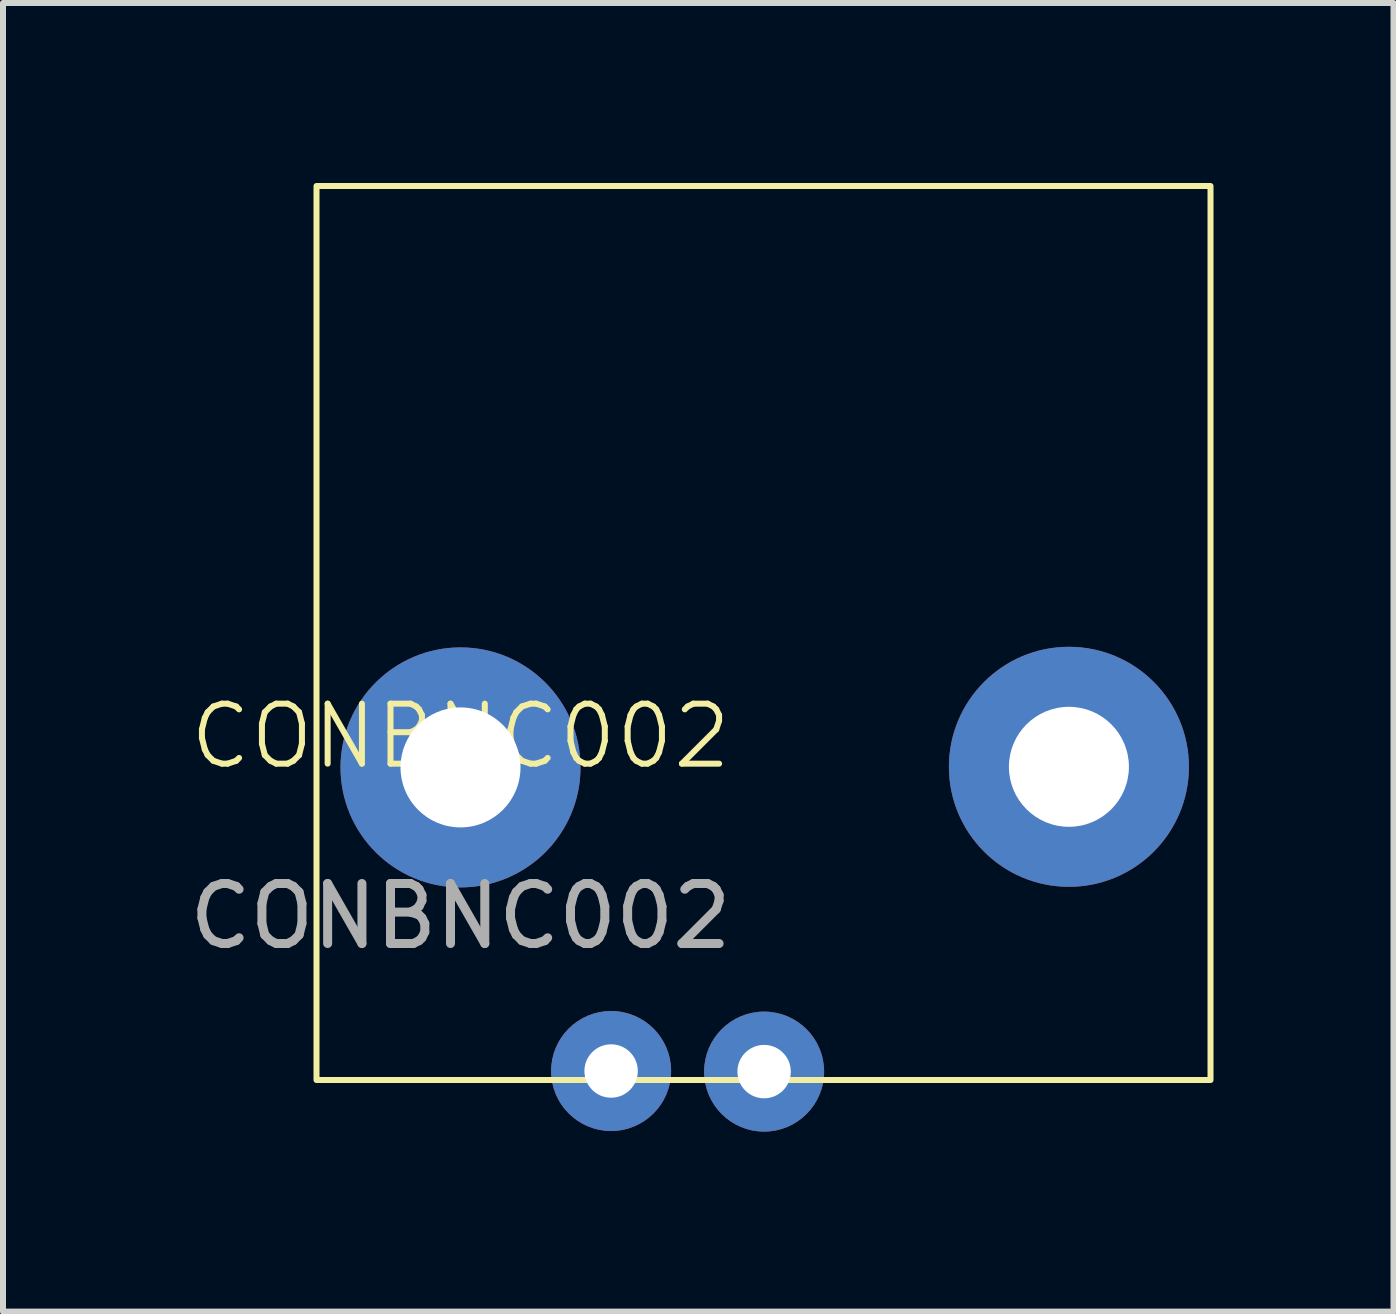
<source format=kicad_pcb>
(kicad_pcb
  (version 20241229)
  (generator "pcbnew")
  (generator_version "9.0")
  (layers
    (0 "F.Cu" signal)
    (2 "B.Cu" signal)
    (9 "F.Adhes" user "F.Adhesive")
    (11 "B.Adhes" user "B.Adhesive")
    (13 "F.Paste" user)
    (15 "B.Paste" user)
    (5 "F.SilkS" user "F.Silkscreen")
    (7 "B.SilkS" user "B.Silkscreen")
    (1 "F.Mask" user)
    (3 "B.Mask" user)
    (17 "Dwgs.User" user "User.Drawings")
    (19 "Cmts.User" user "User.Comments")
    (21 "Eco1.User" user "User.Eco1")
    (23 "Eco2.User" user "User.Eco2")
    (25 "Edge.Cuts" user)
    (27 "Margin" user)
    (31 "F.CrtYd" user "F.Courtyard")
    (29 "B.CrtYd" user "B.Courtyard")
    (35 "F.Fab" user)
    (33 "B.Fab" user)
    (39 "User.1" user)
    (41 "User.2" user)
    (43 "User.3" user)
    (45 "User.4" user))
  (footprint "CONBNC002"
    (layer "F.Cu")
    (at 4.625 9.72)
    (property "Reference" "CONBNC002" (at 0 -0.5 0) (unlocked yes) (layer "F.SilkS") (effects (font (size 1 1) (thickness 0.1))))
    (attr through_hole)
    (fp_rect (start -2.4 -9.67) (end 12.5 5.23) (stroke (width 0.1) (type default)) (fill no) (layer "F.SilkS"))
    (fp_text user "${REFERENCE}" (at 0 2.5 0) (unlocked yes) (layer "F.Fab") (effects (font (size 1 1) (thickness 0.15))))
    (pad "1" thru_hole circle (at 0 0.02) (size 4 4) (drill 2) (layers "*.Cu" "*.Mask"))
    (pad "2" thru_hole circle (at 10.14 0.01) (size 4 4) (drill 2) (layers "*.Cu" "*.Mask"))
    (pad "3" thru_hole circle (at 5.06 5.09) (size 2 2) (drill 0.89) (layers "*.Cu" "*.Mask"))
    (pad "4" thru_hole circle (at 2.51 5.08) (size 2 2) (drill 0.89) (layers "*.Cu" "*.Mask")))
  (gr_rect
    (start -3 -3)
    (end 20.175 18.81)
    (stroke (width 0.1) (type default))
    (fill no)
    (layer "Edge.Cuts")))
</source>
